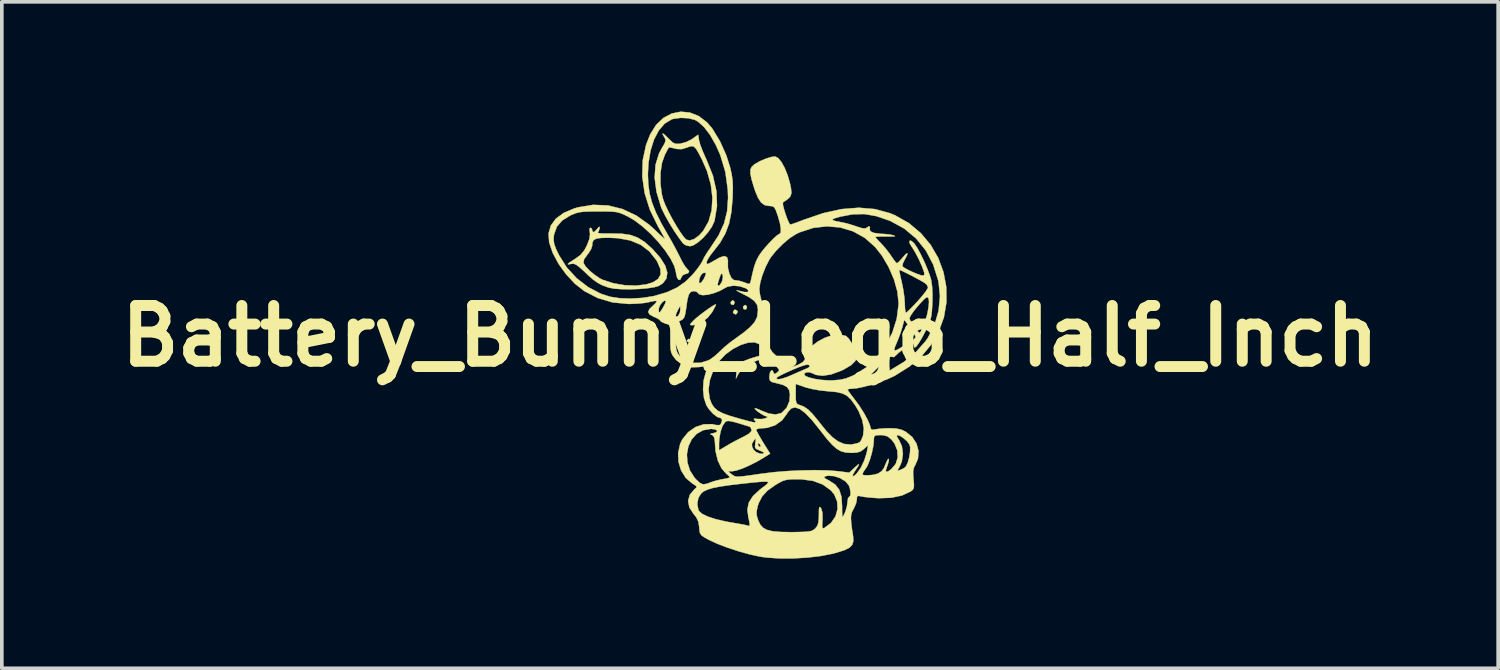
<source format=kicad_pcb>
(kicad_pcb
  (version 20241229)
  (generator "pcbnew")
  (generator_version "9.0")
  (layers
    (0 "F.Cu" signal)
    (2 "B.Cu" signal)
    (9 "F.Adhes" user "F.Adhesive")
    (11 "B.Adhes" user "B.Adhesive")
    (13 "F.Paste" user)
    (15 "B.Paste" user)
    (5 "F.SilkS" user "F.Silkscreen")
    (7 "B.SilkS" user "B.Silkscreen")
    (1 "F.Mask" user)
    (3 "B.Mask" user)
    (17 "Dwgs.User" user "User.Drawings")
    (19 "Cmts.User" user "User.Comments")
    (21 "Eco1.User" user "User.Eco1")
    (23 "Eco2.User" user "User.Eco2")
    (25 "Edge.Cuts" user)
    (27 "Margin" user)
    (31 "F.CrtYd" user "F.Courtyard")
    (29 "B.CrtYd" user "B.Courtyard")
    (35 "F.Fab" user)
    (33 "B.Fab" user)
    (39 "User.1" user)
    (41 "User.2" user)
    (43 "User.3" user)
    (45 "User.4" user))
  (footprint "Battery_Bunny_Logo_Half_Inch"
    (layer "F.Cu")
    (at 17.461 6.139)
    (property "Reference" "Battery_Bunny_Logo_Half_Inch" (at 0 0 0) (layer "F.SilkS") (effects (font (size 1.524 1.524) (thickness 0.3))))
    (attr through_hole)
    (fp_poly (pts (xy -1.397 0.229) (xy -1.431 0.288) (xy -1.464 0.296) (xy -1.513 0.272) (xy -1.514 0.246) (xy -1.472 0.19) (xy -1.421 0.183) (xy -1.397 0.229)) (stroke (width 0.01) (type solid)) (fill yes) (layer "F.SilkS"))
    (fp_poly (pts (xy -1.687 0.327) (xy -1.673 0.338) (xy -1.632 0.403) (xy -1.655 0.455) (xy -1.696 0.466) (xy -1.728 0.43) (xy -1.736 0.376) (xy -1.726 0.315) (xy -1.687 0.327)) (stroke (width 0.01) (type solid)) (fill yes) (layer "F.SilkS"))
    (fp_poly (pts (xy -1.623 0.111) (xy -1.617 0.124) (xy -1.637 0.162) (xy -1.672 0.169) (xy -1.725 0.148) (xy -1.728 0.124) (xy -1.684 0.08) (xy -1.672 0.078) (xy -1.623 0.111)) (stroke (width 0.01) (type solid)) (fill yes) (layer "F.SilkS"))
    (fp_poly (pts (xy -0.428 -0.939) (xy -0.423 -0.91) (xy -0.449 -0.852) (xy -0.508 -0.862) (xy -0.521 -0.874) (xy -0.53 -0.927) (xy -0.487 -0.969) (xy -0.463 -0.974) (xy -0.428 -0.939)) (stroke (width 0.01) (type solid)) (fill yes) (layer "F.SilkS"))
    (fp_poly (pts (xy -0.346 -0.686) (xy -0.339 -0.656) (xy -0.373 -0.6) (xy -0.402 -0.593) (xy -0.458 -0.627) (xy -0.466 -0.656) (xy -0.432 -0.712) (xy -0.402 -0.72) (xy -0.346 -0.686)) (stroke (width 0.01) (type solid)) (fill yes) (layer "F.SilkS"))
    (fp_poly (pts (xy -0.089 -0.812) (xy -0.085 -0.783) (xy -0.111 -0.725) (xy -0.169 -0.735) (xy -0.182 -0.747) (xy -0.191 -0.8) (xy -0.148 -0.842) (xy -0.125 -0.847) (xy -0.089 -0.812)) (stroke (width 0.01) (type solid)) (fill yes) (layer "F.SilkS"))
    (fp_poly (pts (xy -0.931 -0.862) (xy -0.951 -0.812) (xy -1.002 -0.715) (xy -1.039 -0.649) (xy -1.161 -0.498) (xy -1.32 -0.378) (xy -1.488 -0.307) (xy -1.573 -0.296) (xy -1.63 -0.3) (xy -1.636 -0.322) (xy -1.586 -0.38) (xy -1.553 -0.415) (xy -1.472 -0.49) (xy -1.361 -0.581) (xy -1.235 -0.676) (xy -1.112 -0.763) (xy -1.01 -0.83) (xy -0.945 -0.864) (xy -0.931 -0.862)) (stroke (width 0.01) (type solid)) (fill yes) (layer "F.SilkS"))
    (fp_poly (pts (xy -2.327 -5.498) (xy -2.227 -5.399) (xy -2.22 -5.392) (xy -2.125 -5.3) (xy -2.048 -5.259) (xy -1.955 -5.255) (xy -1.901 -5.261) (xy -1.75 -5.303) (xy -1.6 -5.376) (xy -1.572 -5.395) (xy -1.418 -5.505) (xy -1.393 -5.345) (xy -1.363 -5.235) (xy -1.304 -5.078) (xy -1.227 -4.9) (xy -1.192 -4.826) (xy -1.016 -4.389) (xy -0.919 -3.964) (xy -0.903 -3.554) (xy -0.968 -3.164) (xy -0.977 -3.133) (xy -1.044 -2.987) (xy -1.152 -2.832) (xy -1.284 -2.683) (xy -1.424 -2.56) (xy -1.554 -2.478) (xy -1.641 -2.455) (xy -1.753 -2.48) (xy -1.828 -2.529) (xy -1.944 -2.683) (xy -2.077 -2.879) (xy -2.209 -3.094) (xy -2.326 -3.301) (xy -2.412 -3.477) (xy -2.433 -3.527) (xy -2.558 -3.944) (xy -2.588 -4.173) (xy -2.45 -4.173) (xy -2.414 -3.885) (xy -2.377 -3.739) (xy -2.322 -3.594) (xy -2.236 -3.413) (xy -2.132 -3.214) (xy -2.019 -3.018) (xy -1.908 -2.842) (xy -1.812 -2.708) (xy -1.747 -2.637) (xy -1.651 -2.612) (xy -1.529 -2.651) (xy -1.395 -2.748) (xy -1.281 -2.874) (xy -1.132 -3.136) (xy -1.048 -3.443) (xy -1.028 -3.783) (xy -1.072 -4.145) (xy -1.179 -4.519) (xy -1.314 -4.826) (xy -1.407 -5.005) (xy -1.475 -5.119) (xy -1.533 -5.178) (xy -1.593 -5.193) (xy -1.668 -5.175) (xy -1.725 -5.153) (xy -1.87 -5.11) (xy -1.999 -5.115) (xy -2.053 -5.128) (xy -2.156 -5.152) (xy -2.216 -5.159) (xy -2.221 -5.157) (xy -2.246 -5.115) (xy -2.295 -5.022) (xy -2.331 -4.953) (xy -2.408 -4.734) (xy -2.448 -4.465) (xy -2.45 -4.173) (xy -2.588 -4.173) (xy -2.608 -4.33) (xy -2.584 -4.682) (xy -2.486 -4.998) (xy -2.411 -5.138) (xy -2.34 -5.258) (xy -2.311 -5.333) (xy -2.318 -5.39) (xy -2.349 -5.445) (xy -2.393 -5.523) (xy -2.384 -5.54) (xy -2.327 -5.498)) (stroke (width 0.01) (type solid)) (fill yes) (layer "F.SilkS"))
    (fp_poly (pts (xy -4.109 -2.972) (xy -4.109 -2.961) (xy -4.135 -2.874) (xy -4.156 -2.845) (xy -4.162 -2.822) (xy -4.112 -2.808) (xy -3.999 -2.802) (xy -3.811 -2.803) (xy -3.807 -2.803) (xy -3.509 -2.798) (xy -3.27 -2.763) (xy -3.068 -2.689) (xy -2.879 -2.569) (xy -2.683 -2.394) (xy -2.663 -2.375) (xy -2.453 -2.137) (xy -2.319 -1.923) (xy -2.263 -1.735) (xy -2.284 -1.575) (xy -2.382 -1.444) (xy -2.489 -1.374) (xy -2.612 -1.336) (xy -2.797 -1.307) (xy -3.021 -1.287) (xy -3.261 -1.278) (xy -3.496 -1.28) (xy -3.701 -1.294) (xy -3.856 -1.322) (xy -3.873 -1.327) (xy -4.031 -1.384) (xy -4.161 -1.451) (xy -4.29 -1.542) (xy -4.44 -1.674) (xy -4.517 -1.748) (xy -4.652 -1.873) (xy -4.747 -1.945) (xy -4.817 -1.976) (xy -4.879 -1.975) (xy -4.888 -1.973) (xy -4.968 -1.957) (xy -4.985 -1.967) (xy -4.941 -2.006) (xy -4.555 -2.006) (xy -4.552 -1.994) (xy -4.496 -1.902) (xy -4.388 -1.789) (xy -4.253 -1.675) (xy -4.112 -1.579) (xy -4.028 -1.536) (xy -3.737 -1.442) (xy -3.426 -1.389) (xy -3.119 -1.378) (xy -2.84 -1.411) (xy -2.661 -1.466) (xy -2.515 -1.559) (xy -2.445 -1.681) (xy -2.452 -1.836) (xy -2.533 -2.026) (xy -2.562 -2.075) (xy -2.754 -2.316) (xy -2.989 -2.495) (xy -3.275 -2.614) (xy -3.618 -2.676) (xy -3.864 -2.687) (xy -4.066 -2.683) (xy -4.198 -2.665) (xy -4.274 -2.626) (xy -4.309 -2.56) (xy -4.317 -2.467) (xy -4.345 -2.38) (xy -4.413 -2.269) (xy -4.448 -2.225) (xy -4.537 -2.1) (xy -4.555 -2.006) (xy -4.941 -2.006) (xy -4.937 -2.009) (xy -4.819 -2.087) (xy -4.782 -2.11) (xy -4.633 -2.219) (xy -4.531 -2.343) (xy -4.461 -2.476) (xy -4.393 -2.653) (xy -4.375 -2.787) (xy -4.382 -2.837) (xy -4.39 -2.933) (xy -4.364 -2.963) (xy -4.323 -2.929) (xy -4.318 -2.9) (xy -4.298 -2.842) (xy -4.247 -2.855) (xy -4.177 -2.932) (xy -4.128 -2.989) (xy -4.109 -2.972)) (stroke (width 0.01) (type solid)) (fill yes) (layer "F.SilkS"))
    (fp_poly (pts (xy -1.645 -6.111) (xy -1.403 -6.015) (xy -1.178 -5.844) (xy -1.039 -5.683) (xy -0.824 -5.332) (xy -0.646 -4.934) (xy -0.541 -4.598) (xy -0.501 -4.419) (xy -0.478 -4.255) (xy -0.469 -4.076) (xy -0.474 -3.852) (xy -0.477 -3.769) (xy -0.51 -3.392) (xy -0.573 -3.077) (xy -0.675 -2.802) (xy -0.822 -2.547) (xy -0.993 -2.326) (xy -1.09 -2.202) (xy -1.159 -2.093) (xy -1.185 -2.023) (xy -1.185 -2.023) (xy -1.18 -1.974) (xy -1.15 -1.97) (xy -1.073 -2.009) (xy -1.053 -2.02) (xy -0.932 -2.088) (xy -0.826 -2.148) (xy -0.824 -2.149) (xy -0.706 -2.187) (xy -0.628 -2.154) (xy -0.602 -2.057) (xy -0.606 -2.006) (xy -0.604 -1.86) (xy -0.564 -1.7) (xy -0.562 -1.695) (xy -0.506 -1.581) (xy -0.443 -1.531) (xy -0.394 -1.524) (xy -0.287 -1.508) (xy -0.159 -1.468) (xy -0.147 -1.463) (xy -0.051 -1.426) (xy -0.005 -1.431) (xy 0.017 -1.487) (xy 0.023 -1.516) (xy 0.074 -1.743) (xy 0.118 -1.91) (xy 0.164 -2.039) (xy 0.219 -2.151) (xy 0.243 -2.194) (xy 0.317 -2.302) (xy 0.421 -2.429) (xy 0.538 -2.559) (xy 0.652 -2.674) (xy 0.747 -2.758) (xy 0.808 -2.794) (xy 0.811 -2.794) (xy 0.841 -2.831) (xy 0.843 -2.931) (xy 0.819 -3.08) (xy 0.769 -3.26) (xy 0.758 -3.294) (xy 0.708 -3.435) (xy 0.667 -3.513) (xy 0.619 -3.548) (xy 0.549 -3.556) (xy 0.527 -3.556) (xy 0.407 -3.576) (xy 0.308 -3.645) (xy 0.222 -3.772) (xy 0.14 -3.968) (xy 0.105 -4.075) (xy 0.041 -4.289) (xy 0.01 -4.441) (xy 0.01 -4.546) (xy 0.043 -4.623) (xy 0.109 -4.686) (xy 0.124 -4.697) (xy 0.256 -4.774) (xy 0.417 -4.844) (xy 0.573 -4.894) (xy 0.68 -4.911) (xy 0.764 -4.871) (xy 0.855 -4.764) (xy 0.945 -4.603) (xy 1.026 -4.404) (xy 1.091 -4.182) (xy 1.121 -4.035) (xy 1.132 -3.908) (xy 1.107 -3.825) (xy 1.067 -3.776) (xy 0.984 -3.707) (xy 0.926 -3.674) (xy 0.9 -3.649) (xy 0.9 -3.589) (xy 0.927 -3.478) (xy 0.966 -3.351) (xy 1.017 -3.206) (xy 1.064 -3.099) (xy 1.098 -3.049) (xy 1.102 -3.048) (xy 1.157 -3.063) (xy 1.269 -3.102) (xy 1.417 -3.158) (xy 1.458 -3.174) (xy 1.511 -3.192) (xy 2.257 -3.192) (xy 2.267 -3.165) (xy 2.358 -3.138) (xy 2.519 -3.108) (xy 2.659 -3.076) (xy 2.828 -3.025) (xy 2.914 -2.995) (xy 3.062 -2.949) (xy 3.151 -2.941) (xy 3.187 -2.959) (xy 3.253 -3.003) (xy 3.28 -2.977) (xy 3.273 -2.927) (xy 3.291 -2.864) (xy 3.385 -2.821) (xy 3.556 -2.796) (xy 3.678 -2.79) (xy 3.815 -2.777) (xy 3.934 -2.751) (xy 3.937 -2.75) (xy 3.966 -2.731) (xy 3.918 -2.722) (xy 3.79 -2.721) (xy 3.736 -2.722) (xy 3.587 -2.723) (xy 3.478 -2.718) (xy 3.43 -2.709) (xy 3.429 -2.707) (xy 3.457 -2.667) (xy 3.528 -2.589) (xy 3.58 -2.538) (xy 3.694 -2.412) (xy 3.812 -2.26) (xy 3.859 -2.191) (xy 3.934 -2.081) (xy 3.994 -2.008) (xy 4.018 -1.99) (xy 4.061 -2.02) (xy 4.132 -2.096) (xy 4.168 -2.139) (xy 4.256 -2.237) (xy 4.302 -2.265) (xy 4.301 -2.224) (xy 4.247 -2.118) (xy 4.235 -2.098) (xy 4.184 -1.995) (xy 4.167 -1.918) (xy 4.171 -1.904) (xy 4.224 -1.862) (xy 4.331 -1.804) (xy 4.463 -1.742) (xy 4.594 -1.689) (xy 4.696 -1.656) (xy 4.728 -1.651) (xy 4.769 -1.676) (xy 4.761 -1.746) (xy 4.703 -1.906) (xy 4.619 -2.094) (xy 4.525 -2.276) (xy 4.438 -2.419) (xy 4.422 -2.44) (xy 4.364 -2.54) (xy 4.36 -2.601) (xy 4.4 -2.608) (xy 4.475 -2.549) (xy 4.489 -2.533) (xy 4.568 -2.418) (xy 4.662 -2.247) (xy 4.76 -2.045) (xy 4.849 -1.837) (xy 4.92 -1.647) (xy 4.954 -1.53) (xy 4.98 -1.348) (xy 4.99 -1.112) (xy 4.986 -0.884) (xy 4.973 -0.677) (xy 4.953 -0.525) (xy 4.918 -0.396) (xy 4.861 -0.26) (xy 4.812 -0.159) (xy 4.704 0.045) (xy 4.613 0.197) (xy 4.544 0.29) (xy 4.501 0.318) (xy 4.488 0.286) (xy 4.476 0.223) (xy 4.463 0.212) (xy 4.398 0.235) (xy 4.293 0.295) (xy 4.176 0.373) (xy 4.071 0.452) (xy 4.005 0.515) (xy 4.002 0.519) (xy 3.935 0.578) (xy 3.886 0.568) (xy 3.838 0.57) (xy 3.753 0.625) (xy 3.625 0.738) (xy 3.502 0.857) (xy 3.371 0.989) (xy 3.268 1.095) (xy 3.204 1.165) (xy 3.189 1.185) (xy 3.234 1.173) (xy 3.334 1.14) (xy 3.433 1.107) (xy 3.837 0.934) (xy 4.21 0.708) (xy 4.535 0.441) (xy 4.798 0.145) (xy 4.865 0.048) (xy 5.046 -0.309) (xy 5.158 -0.695) (xy 5.195 -1.091) (xy 5.156 -1.482) (xy 5.148 -1.515) (xy 5.009 -1.955) (xy 4.806 -2.341) (xy 4.54 -2.67) (xy 4.215 -2.94) (xy 3.834 -3.148) (xy 3.452 -3.279) (xy 3.13 -3.335) (xy 2.811 -3.329) (xy 2.477 -3.266) (xy 2.328 -3.224) (xy 2.257 -3.192) (xy 1.511 -3.192) (xy 2.001 -3.36) (xy 2.506 -3.471) (xy 2.977 -3.508) (xy 3.416 -3.471) (xy 3.827 -3.359) (xy 3.971 -3.299) (xy 4.348 -3.085) (xy 4.672 -2.812) (xy 4.94 -2.492) (xy 5.148 -2.133) (xy 5.291 -1.745) (xy 5.367 -1.34) (xy 5.372 -0.925) (xy 5.302 -0.512) (xy 5.164 -0.133) (xy 4.956 0.232) (xy 4.694 0.55) (xy 4.368 0.829) (xy 3.969 1.08) (xy 3.936 1.098) (xy 3.767 1.176) (xy 3.557 1.255) (xy 3.33 1.329) (xy 3.11 1.389) (xy 2.924 1.428) (xy 2.81 1.439) (xy 2.714 1.446) (xy 2.668 1.462) (xy 2.667 1.465) (xy 2.692 1.508) (xy 2.757 1.599) (xy 2.85 1.721) (xy 2.878 1.756) (xy 2.997 1.92) (xy 3.11 2.098) (xy 3.206 2.272) (xy 3.273 2.421) (xy 3.301 2.525) (xy 3.302 2.53) (xy 3.331 2.564) (xy 3.418 2.554) (xy 3.523 2.538) (xy 3.675 2.526) (xy 3.81 2.522) (xy 3.997 2.53) (xy 4.14 2.562) (xy 4.26 2.619) (xy 4.436 2.762) (xy 4.554 2.944) (xy 4.608 3.147) (xy 4.593 3.354) (xy 4.529 3.506) (xy 4.481 3.601) (xy 4.461 3.701) (xy 4.464 3.839) (xy 4.471 3.914) (xy 4.483 4.062) (xy 4.479 4.15) (xy 4.453 4.203) (xy 4.4 4.246) (xy 4.394 4.25) (xy 4.157 4.361) (xy 3.861 4.423) (xy 3.522 4.435) (xy 3.472 4.432) (xy 3.294 4.419) (xy 3.139 4.402) (xy 3.034 4.385) (xy 3.016 4.38) (xy 2.948 4.37) (xy 2.923 4.414) (xy 2.921 4.467) (xy 2.899 4.58) (xy 2.843 4.708) (xy 2.831 4.729) (xy 2.791 4.804) (xy 2.767 4.881) (xy 2.759 4.978) (xy 2.768 5.113) (xy 2.791 5.302) (xy 2.819 5.483) (xy 2.826 5.61) (xy 2.796 5.709) (xy 2.719 5.788) (xy 2.583 5.856) (xy 2.379 5.921) (xy 2.265 5.952) (xy 1.944 6.015) (xy 1.574 6.059) (xy 1.182 6.082) (xy 0.798 6.082) (xy 0.449 6.058) (xy 0.283 6.035) (xy -0.007 5.972) (xy -0.322 5.884) (xy -0.635 5.781) (xy -0.917 5.672) (xy -1.122 5.576) (xy -1.256 5.502) (xy -1.333 5.445) (xy -1.37 5.383) (xy -1.385 5.293) (xy -1.389 5.23) (xy -1.412 5.076) (xy -1.472 4.953) (xy -1.548 4.86) (xy -1.66 4.686) (xy -1.678 4.589) (xy -1.443 4.589) (xy -1.413 4.75) (xy -1.399 4.781) (xy -1.315 4.86) (xy -1.156 4.938) (xy -0.93 5.011) (xy -0.647 5.076) (xy -0.508 5.1) (xy -0.324 5.132) (xy -0.174 5.159) (xy -0.075 5.181) (xy -0.046 5.19) (xy -0.014 5.196) (xy -0.011 5.128) (xy -0.036 4.994) (xy -0.045 4.959) (xy -0.064 4.807) (xy 0.178 4.807) (xy 0.186 4.921) (xy 0.228 5.052) (xy 0.283 5.163) (xy 0.359 5.245) (xy 0.467 5.303) (xy 0.62 5.34) (xy 0.83 5.358) (xy 1.107 5.363) (xy 1.237 5.362) (xy 1.443 5.357) (xy 1.582 5.348) (xy 1.673 5.332) (xy 1.734 5.304) (xy 1.785 5.261) (xy 1.787 5.26) (xy 1.842 5.189) (xy 1.871 5.098) (xy 1.882 4.961) (xy 1.883 4.895) (xy 1.885 4.753) (xy 1.894 4.683) (xy 1.912 4.674) (xy 1.942 4.708) (xy 1.979 4.823) (xy 1.983 5.011) (xy 1.981 5.038) (xy 1.974 5.175) (xy 1.979 5.244) (xy 2.002 5.261) (xy 2.036 5.247) (xy 2.217 5.109) (xy 2.338 4.932) (xy 2.394 4.732) (xy 2.384 4.528) (xy 2.305 4.335) (xy 2.211 4.221) (xy 1.99 4.061) (xy 1.722 3.961) (xy 1.4 3.918) (xy 1.312 3.917) (xy 1.131 3.919) (xy 1.004 3.931) (xy 0.901 3.961) (xy 0.791 4.016) (xy 0.698 4.071) (xy 0.481 4.225) (xy 0.332 4.386) (xy 0.235 4.573) (xy 0.205 4.671) (xy 0.178 4.807) (xy -0.064 4.807) (xy -0.072 4.744) (xy -0.032 4.553) (xy 0.082 4.375) (xy 0.273 4.198) (xy 0.307 4.172) (xy 0.408 4.096) (xy 0.474 4.041) (xy 0.498 4.004) (xy 0.472 3.985) (xy 0.389 3.981) (xy 0.242 3.991) (xy 0.024 4.012) (xy -0.233 4.04) (xy -0.564 4.079) (xy -0.822 4.117) (xy -1.017 4.156) (xy -1.161 4.199) (xy -1.266 4.249) (xy -1.33 4.298) (xy -1.413 4.427) (xy -1.443 4.589) (xy -1.678 4.589) (xy -1.693 4.508) (xy -1.645 4.34) (xy -1.519 4.191) (xy -1.514 4.187) (xy -1.465 4.142) (xy -1.468 4.107) (xy -1.531 4.061) (xy -1.579 4.032) (xy -1.757 3.881) (xy -1.884 3.678) (xy -1.955 3.443) (xy -1.964 3.231) (xy -1.726 3.231) (xy -1.713 3.455) (xy -1.644 3.676) (xy -1.513 3.88) (xy -1.471 3.926) (xy -1.368 4.021) (xy -1.282 4.057) (xy -1.178 4.041) (xy -1.08 4.003) (xy -0.942 3.958) (xy -0.781 3.92) (xy -0.742 3.914) (xy -0.629 3.893) (xy -0.56 3.872) (xy -0.55 3.864) (xy -0.552 3.862) (xy 2.024 3.862) (xy 2.061 3.899) (xy 2.164 3.954) (xy 2.33 4.062) (xy 2.44 4.204) (xy 2.5 4.394) (xy 2.517 4.646) (xy 2.518 4.795) (xy 2.522 4.904) (xy 2.529 4.952) (xy 2.53 4.953) (xy 2.554 4.918) (xy 2.595 4.832) (xy 2.606 4.806) (xy 2.648 4.669) (xy 2.667 4.537) (xy 2.667 4.531) (xy 2.679 4.441) (xy 2.708 4.403) (xy 2.709 4.403) (xy 2.743 4.367) (xy 2.749 4.279) (xy 2.731 4.166) (xy 2.703 4.088) (xy 2.612 3.976) (xy 2.466 3.887) (xy 2.296 3.831) (xy 2.131 3.82) (xy 2.052 3.838) (xy 2.024 3.862) (xy -0.552 3.862) (xy -0.58 3.826) (xy -0.651 3.764) (xy -0.652 3.763) (xy -0.71 3.697) (xy -0.606 3.697) (xy -0.51 3.775) (xy -0.466 3.809) (xy -0.423 3.832) (xy -0.369 3.844) (xy -0.288 3.844) (xy -0.168 3.833) (xy 0.006 3.81) (xy 0.246 3.775) (xy 0.318 3.765) (xy 0.656 3.723) (xy 1.027 3.693) (xy 1.408 3.675) (xy 1.776 3.668) (xy 2.11 3.675) (xy 2.386 3.695) (xy 2.426 3.7) (xy 2.714 3.737) (xy 2.866 3.594) (xy 2.95 3.52) (xy 2.981 3.506) (xy 2.96 3.556) (xy 2.886 3.669) (xy 2.867 3.696) (xy 2.812 3.793) (xy 2.812 3.836) (xy 2.859 3.817) (xy 2.901 3.778) (xy 3.074 3.778) (xy 3.103 3.804) (xy 3.191 3.809) (xy 3.225 3.809) (xy 3.366 3.797) (xy 3.487 3.766) (xy 3.51 3.756) (xy 3.597 3.698) (xy 3.66 3.614) (xy 3.719 3.476) (xy 3.727 3.455) (xy 3.764 3.378) (xy 3.794 3.357) (xy 3.795 3.358) (xy 3.796 3.409) (xy 3.77 3.508) (xy 3.752 3.554) (xy 3.714 3.671) (xy 3.723 3.718) (xy 3.784 3.698) (xy 3.865 3.64) (xy 3.985 3.496) (xy 4.04 3.318) (xy 4.028 3.126) (xy 3.951 2.938) (xy 3.867 2.83) (xy 3.764 2.746) (xy 3.703 2.729) (xy 4.01 2.729) (xy 4.04 2.793) (xy 4.069 2.834) (xy 4.153 3.012) (xy 4.181 3.222) (xy 4.151 3.43) (xy 4.113 3.526) (xy 4.029 3.686) (xy 4.121 3.659) (xy 4.219 3.609) (xy 4.263 3.567) (xy 4.313 3.467) (xy 4.353 3.323) (xy 4.377 3.169) (xy 4.379 3.036) (xy 4.363 2.969) (xy 4.292 2.876) (xy 4.191 2.787) (xy 4.09 2.724) (xy 4.036 2.709) (xy 4.01 2.729) (xy 3.703 2.729) (xy 3.647 2.713) (xy 3.569 2.709) (xy 3.455 2.713) (xy 3.403 2.736) (xy 3.387 2.797) (xy 3.387 2.849) (xy 3.372 3.004) (xy 3.333 3.191) (xy 3.279 3.377) (xy 3.219 3.532) (xy 3.182 3.598) (xy 3.101 3.714) (xy 3.074 3.778) (xy 2.901 3.778) (xy 2.917 3.762) (xy 3.028 3.606) (xy 3.125 3.404) (xy 3.191 3.194) (xy 3.199 3.154) (xy 3.229 2.985) (xy 3.114 3.09) (xy 3.029 3.154) (xy 2.931 3.185) (xy 2.789 3.195) (xy 2.754 3.195) (xy 2.613 3.185) (xy 2.49 3.152) (xy 2.373 3.086) (xy 2.25 2.978) (xy 2.107 2.819) (xy 1.934 2.599) (xy 1.905 2.561) (xy 1.693 2.297) (xy 1.512 2.109) (xy 1.36 1.995) (xy 1.233 1.952) (xy 1.127 1.98) (xy 1.038 2.076) (xy 1.016 2.117) (xy 0.876 2.305) (xy 0.686 2.441) (xy 0.466 2.512) (xy 0.374 2.519) (xy 0.255 2.527) (xy 0.182 2.548) (xy 0.169 2.562) (xy 0.19 2.616) (xy 0.247 2.721) (xy 0.327 2.859) (xy 0.359 2.911) (xy 0.55 3.217) (xy 0.37 3.33) (xy 0.177 3.442) (xy -0.027 3.544) (xy -0.219 3.627) (xy -0.38 3.68) (xy -0.479 3.697) (xy -0.606 3.697) (xy -0.71 3.697) (xy -0.781 3.615) (xy -0.88 3.407) (xy -0.94 3.161) (xy -0.953 3.014) (xy -0.958 2.933) (xy -0.847 2.933) (xy -0.847 3.126) (xy -0.622 2.992) (xy -0.55 2.951) (xy 0.051 2.951) (xy 0.059 3.039) (xy 0.108 3.123) (xy 0.171 3.176) (xy 0.258 3.212) (xy 0.337 3.224) (xy 0.38 3.202) (xy 0.381 3.194) (xy 0.346 3.166) (xy 0.259 3.128) (xy 0.25 3.125) (xy 0.165 3.087) (xy 0.135 3.035) (xy 0.143 2.948) (xy 0.212 2.948) (xy 0.236 3.015) (xy 0.24 3.02) (xy 0.285 3.03) (xy 0.29 3.026) (xy 0.284 2.983) (xy 0.262 2.954) (xy 0.219 2.93) (xy 0.212 2.948) (xy 0.143 2.948) (xy 0.144 2.934) (xy 0.145 2.926) (xy 0.159 2.83) (xy 0.151 2.806) (xy 0.116 2.844) (xy 0.107 2.855) (xy 0.051 2.951) (xy -0.55 2.951) (xy -0.453 2.896) (xy -0.269 2.799) (xy -0.178 2.755) (xy -0.031 2.673) (xy 0.037 2.6) (xy 0.042 2.574) (xy 0.018 2.5) (xy -0.011 2.478) (xy -0.243 2.407) (xy -0.409 2.358) (xy -0.522 2.331) (xy -0.595 2.322) (xy -0.641 2.329) (xy -0.675 2.35) (xy -0.681 2.355) (xy -0.752 2.459) (xy -0.807 2.62) (xy -0.841 2.813) (xy -0.847 2.933) (xy -0.958 2.933) (xy -0.963 2.857) (xy -0.983 2.766) (xy -1.017 2.719) (xy -1.042 2.706) (xy -1.09 2.684) (xy -1.063 2.669) (xy -1.019 2.662) (xy -0.92 2.631) (xy -0.896 2.592) (xy -0.943 2.557) (xy -1.055 2.54) (xy -1.07 2.54) (xy -1.284 2.577) (xy -1.461 2.677) (xy -1.596 2.829) (xy -1.686 3.018) (xy -1.726 3.231) (xy -1.964 3.231) (xy -1.965 3.195) (xy -1.911 2.952) (xy -1.851 2.827) (xy -1.693 2.631) (xy -1.493 2.491) (xy -1.269 2.415) (xy -1.037 2.41) (xy -0.933 2.434) (xy -0.835 2.437) (xy -0.8 2.407) (xy -0.765 2.319) (xy -0.778 2.257) (xy -0.808 2.244) (xy -0.901 2.21) (xy -1.012 2.124) (xy -1.121 2.004) (xy -1.194 1.891) (xy -1.259 1.696) (xy -1.284 1.463) (xy -1.135 1.463) (xy -1.106 1.7) (xy -1.101 1.719) (xy -1.049 1.852) (xy -0.98 1.956) (xy -0.883 2.041) (xy -0.742 2.115) (xy -0.546 2.185) (xy -0.281 2.262) (xy -0.254 2.27) (xy -0.059 2.322) (xy 0.067 2.353) (xy 0.135 2.363) (xy 0.157 2.355) (xy 0.144 2.329) (xy 0.127 2.307) (xy 0.101 2.265) (xy 0.136 2.258) (xy 0.196 2.268) (xy 0.325 2.271) (xy 0.423 2.249) (xy 0.48 2.219) (xy 0.469 2.204) (xy 0.468 2.204) (xy 0.398 2.181) (xy 0.301 2.127) (xy 0.205 2.061) (xy 0.14 2.003) (xy 0.127 1.98) (xy 0.16 1.978) (xy 0.243 2.009) (xy 0.286 2.03) (xy 0.508 2.119) (xy 0.7 2.146) (xy 0.85 2.11) (xy 0.867 2.1) (xy 1 1.965) (xy 1.078 1.781) (xy 1.092 1.597) (xy 1.09 1.586) (xy 1.249 1.586) (xy 1.251 1.734) (xy 1.264 1.82) (xy 1.294 1.862) (xy 1.347 1.883) (xy 1.348 1.884) (xy 1.467 1.928) (xy 1.583 2.006) (xy 1.71 2.131) (xy 1.861 2.314) (xy 1.909 2.376) (xy 2.095 2.606) (xy 2.257 2.77) (xy 2.406 2.88) (xy 2.555 2.945) (xy 2.582 2.953) (xy 2.762 2.969) (xy 2.937 2.933) (xy 3.003 2.901) (xy 3.042 2.847) (xy 3.084 2.744) (xy 3.094 2.714) (xy 3.112 2.523) (xy 3.069 2.298) (xy 2.971 2.056) (xy 2.876 1.894) (xy 2.763 1.738) (xy 2.653 1.634) (xy 2.524 1.569) (xy 2.354 1.531) (xy 2.138 1.511) (xy 1.922 1.489) (xy 1.706 1.451) (xy 1.528 1.407) (xy 1.507 1.399) (xy 1.377 1.354) (xy 1.285 1.323) (xy 1.253 1.312) (xy 1.251 1.351) (xy 1.249 1.452) (xy 1.249 1.586) (xy 1.09 1.586) (xy 1.07 1.479) (xy 1.014 1.398) (xy 0.908 1.339) (xy 0.736 1.292) (xy 0.699 1.284) (xy 0.59 1.255) (xy 0.542 1.213) (xy 0.532 1.15) (xy 0.72 1.15) (xy 0.755 1.183) (xy 0.856 1.172) (xy 1.019 1.118) (xy 1.171 1.054) (xy 1.328 0.984) (xy 1.467 0.923) (xy 1.559 0.885) (xy 1.563 0.883) (xy 1.63 0.844) (xy 1.622 0.801) (xy 1.617 0.795) (xy 1.572 0.782) (xy 1.484 0.799) (xy 1.342 0.849) (xy 1.144 0.931) (xy 0.973 1.008) (xy 0.834 1.076) (xy 0.745 1.127) (xy 0.72 1.15) (xy 0.532 1.15) (xy 0.529 1.131) (xy 0.529 1.104) (xy 0.544 1.006) (xy 0.578 0.946) (xy 0.616 0.941) (xy 0.642 0.995) (xy 0.66 1.039) (xy 0.701 1.026) (xy 0.741 0.997) (xy 0.787 0.956) (xy 0.792 0.918) (xy 0.748 0.861) (xy 0.667 0.784) (xy 0.557 0.697) (xy 0.454 0.644) (xy 0.413 0.635) (xy 0.205 0.666) (xy -0.002 0.751) (xy -0.183 0.873) (xy -0.309 1.018) (xy -0.319 1.037) (xy -0.386 1.164) (xy -0.371 1.005) (xy -0.363 0.896) (xy -0.376 0.855) (xy -0.425 0.868) (xy -0.474 0.893) (xy -0.534 0.919) (xy -0.533 0.895) (xy -0.531 0.892) (xy -0.466 0.836) (xy -0.342 0.765) (xy -0.181 0.69) (xy -0.006 0.621) (xy 0.154 0.572) (xy 0.286 0.535) (xy 0.38 0.505) (xy 0.412 0.491) (xy 0.409 0.443) (xy 0.368 0.36) (xy 0.308 0.274) (xy 0.258 0.224) (xy 0.126 0.173) (xy -0.049 0.181) (xy -0.251 0.243) (xy -0.468 0.355) (xy -0.674 0.505) (xy -0.861 0.705) (xy -1.005 0.944) (xy -1.098 1.204) (xy -1.135 1.463) (xy -1.284 1.463) (xy -1.284 1.462) (xy -1.27 1.222) (xy -1.215 1.013) (xy -1.21 1.001) (xy -1.168 0.898) (xy -1.15 0.834) (xy -1.151 0.825) (xy -1.197 0.824) (xy -1.299 0.836) (xy -1.387 0.848) (xy -1.635 0.857) (xy -1.842 0.795) (xy -2.016 0.658) (xy -2.051 0.617) (xy -2.113 0.535) (xy -2.151 0.461) (xy -2.171 0.369) (xy -2.179 0.238) (xy -2.18 0.081) (xy -2.18 -0.282) (xy -2.06 -0.282) (xy -2.057 -0.27) (xy -2.045 -0.197) (xy -2.036 -0.067) (xy -2.032 0.094) (xy -2.032 0.106) (xy -2.028 0.276) (xy -2.012 0.389) (xy -1.978 0.472) (xy -1.923 0.547) (xy -1.766 0.671) (xy -1.57 0.734) (xy -1.354 0.733) (xy -1.141 0.667) (xy -1.079 0.633) (xy -0.972 0.554) (xy -0.85 0.446) (xy -0.804 0.401) (xy -0.689 0.293) (xy -0.538 0.17) (xy -0.406 0.074) (xy -0.163 -0.102) (xy 0.012 -0.251) (xy 0.126 -0.383) (xy 0.188 -0.504) (xy 0.198 -0.544) (xy 0.218 -0.717) (xy 0.194 -0.851) (xy 0.115 -0.962) (xy -0.028 -1.064) (xy -0.191 -1.149) (xy -0.304 -1.206) (xy -0.366 -1.242) (xy -0.364 -1.252) (xy -0.36 -1.251) (xy -0.253 -1.226) (xy -0.159 -1.204) (xy -0.068 -1.201) (xy -0.042 -1.236) (xy -0.081 -1.28) (xy 0.254 -1.28) (xy 0.269 -1.15) (xy 0.306 -0.993) (xy 0.327 -0.928) (xy 0.369 -0.789) (xy 0.376 -0.682) (xy 0.351 -0.561) (xy 0.345 -0.542) (xy 0.303 -0.352) (xy 0.304 -0.184) (xy 0.353 -0.007) (xy 0.426 0.157) (xy 0.611 0.442) (xy 0.859 0.675) (xy 1.028 0.781) (xy 1.12 0.825) (xy 1.191 0.833) (xy 1.279 0.803) (xy 1.335 0.777) (xy 1.449 0.71) (xy 1.503 0.635) (xy 1.517 0.571) (xy 1.572 0.419) (xy 1.694 0.273) (xy 1.861 0.145) (xy 2.057 0.043) (xy 2.26 -0.022) (xy 2.453 -0.041) (xy 2.616 -0.004) (xy 2.628 0.002) (xy 2.699 0.07) (xy 2.779 0.191) (xy 2.853 0.335) (xy 2.905 0.473) (xy 2.921 0.563) (xy 2.882 0.681) (xy 2.764 0.798) (xy 2.565 0.915) (xy 2.498 0.947) (xy 2.223 1.049) (xy 1.99 1.087) (xy 1.804 1.063) (xy 1.744 1.035) (xy 1.634 0.992) (xy 1.539 0.991) (xy 1.486 1.03) (xy 1.482 1.052) (xy 1.521 1.096) (xy 1.625 1.138) (xy 1.777 1.174) (xy 1.955 1.201) (xy 2.142 1.213) (xy 2.252 1.213) (xy 2.457 1.197) (xy 2.623 1.16) (xy 2.795 1.092) (xy 2.862 1.059) (xy 3.183 0.856) (xy 3.467 0.587) (xy 3.626 0.374) (xy 3.944 0.374) (xy 3.966 0.398) (xy 4.034 0.371) (xy 4.085 0.342) (xy 4.228 0.257) (xy 4.373 0.171) (xy 4.381 0.166) (xy 4.475 0.099) (xy 4.525 0.041) (xy 4.529 0.028) (xy 4.505 -0.03) (xy 4.443 -0.131) (xy 4.373 -0.233) (xy 4.218 -0.444) (xy 4.169 -0.254) (xy 4.12 -0.096) (xy 4.055 0.079) (xy 4.029 0.143) (xy 3.966 0.292) (xy 3.944 0.374) (xy 3.626 0.374) (xy 3.706 0.267) (xy 3.891 -0.09) (xy 4.012 -0.47) (xy 4.014 -0.486) (xy 4.36 -0.486) (xy 4.383 -0.423) (xy 4.44 -0.326) (xy 4.513 -0.22) (xy 4.583 -0.132) (xy 4.634 -0.086) (xy 4.641 -0.085) (xy 4.669 -0.12) (xy 4.715 -0.209) (xy 4.74 -0.265) (xy 4.801 -0.43) (xy 4.85 -0.613) (xy 4.883 -0.79) (xy 4.895 -0.937) (xy 4.883 -1.03) (xy 4.88 -1.035) (xy 4.853 -1.061) (xy 4.811 -1.047) (xy 4.742 -0.986) (xy 4.634 -0.87) (xy 4.601 -0.832) (xy 4.491 -0.699) (xy 4.408 -0.583) (xy 4.364 -0.503) (xy 4.36 -0.486) (xy 4.014 -0.486) (xy 4.062 -0.858) (xy 4.063 -0.91) (xy 4.029 -1.218) (xy 3.936 -1.551) (xy 3.824 -1.81) (xy 4.082 -1.81) (xy 4.086 -1.767) (xy 4.106 -1.661) (xy 4.139 -1.514) (xy 4.152 -1.46) (xy 4.192 -1.261) (xy 4.221 -1.057) (xy 4.233 -0.888) (xy 4.233 -0.878) (xy 4.238 -0.748) (xy 4.251 -0.66) (xy 4.265 -0.636) (xy 4.305 -0.665) (xy 4.388 -0.745) (xy 4.5 -0.861) (xy 4.583 -0.95) (xy 4.704 -1.089) (xy 4.8 -1.211) (xy 4.857 -1.299) (xy 4.868 -1.329) (xy 4.836 -1.399) (xy 4.773 -1.455) (xy 4.677 -1.511) (xy 4.547 -1.582) (xy 4.404 -1.658) (xy 4.267 -1.727) (xy 4.156 -1.781) (xy 4.091 -1.809) (xy 4.082 -1.81) (xy 3.824 -1.81) (xy 3.791 -1.886) (xy 3.606 -2.2) (xy 3.417 -2.439) (xy 3.137 -2.686) (xy 2.817 -2.863) (xy 2.469 -2.968) (xy 2.103 -3) (xy 1.73 -2.957) (xy 1.361 -2.837) (xy 1.253 -2.785) (xy 1.084 -2.676) (xy 0.897 -2.518) (xy 0.718 -2.337) (xy 0.572 -2.158) (xy 0.527 -2.088) (xy 0.425 -1.887) (xy 0.339 -1.668) (xy 0.279 -1.459) (xy 0.254 -1.29) (xy 0.254 -1.28) (xy -0.081 -1.28) (xy -0.091 -1.291) (xy -0.116 -1.305) (xy -0.281 -1.361) (xy -0.457 -1.376) (xy -0.612 -1.35) (xy -0.669 -1.322) (xy -0.827 -1.235) (xy -0.996 -1.169) (xy -1.159 -1.128) (xy -1.296 -1.117) (xy -1.389 -1.14) (xy -1.414 -1.17) (xy -1.469 -1.214) (xy -1.541 -1.228) (xy -1.621 -1.206) (xy -1.675 -1.133) (xy -1.712 -0.994) (xy -1.722 -0.931) (xy -1.75 -0.732) (xy -1.772 -0.6) (xy -1.796 -0.518) (xy -1.827 -0.469) (xy -1.874 -0.436) (xy -1.934 -0.407) (xy -2.036 -0.343) (xy -2.06 -0.282) (xy -2.18 -0.282) (xy -2.18 -0.297) (xy -2.318 -0.342) (xy -2.41 -0.382) (xy -2.455 -0.418) (xy -2.455 -0.422) (xy -2.491 -0.457) (xy -2.58 -0.505) (xy -2.625 -0.524) (xy -2.661 -0.543) (xy -2.031 -0.543) (xy -2.004 -0.528) (xy -1.968 -0.55) (xy -1.92 -0.631) (xy -1.907 -0.714) (xy -1.908 -0.826) (xy -1.968 -0.72) (xy -2.019 -0.612) (xy -2.031 -0.543) (xy -2.661 -0.543) (xy -2.746 -0.588) (xy -2.786 -0.658) (xy -2.75 -0.734) (xy -2.498 -0.734) (xy -2.492 -0.657) (xy -2.471 -0.646) (xy -2.424 -0.705) (xy -2.373 -0.789) (xy -2.322 -0.888) (xy -2.302 -0.954) (xy -2.305 -0.965) (xy -2.352 -0.962) (xy -2.413 -0.909) (xy -2.468 -0.828) (xy -2.497 -0.746) (xy -2.498 -0.734) (xy -2.75 -0.734) (xy -2.746 -0.742) (xy -2.662 -0.823) (xy -2.584 -0.897) (xy -2.55 -0.948) (xy -2.552 -0.957) (xy -2.602 -0.96) (xy -2.704 -0.942) (xy -2.758 -0.928) (xy -2.887 -0.904) (xy -3.067 -0.887) (xy -3.266 -0.878) (xy -3.323 -0.877) (xy -3.758 -0.919) (xy -4.169 -1.041) (xy -4.531 -1.229) (xy -4.788 -1.43) (xy -5.028 -1.686) (xy -5.236 -1.974) (xy -5.396 -2.274) (xy -5.493 -2.562) (xy -5.497 -2.615) (xy -5.371 -2.615) (xy -5.354 -2.511) (xy -5.308 -2.386) (xy -5.226 -2.214) (xy -5.223 -2.209) (xy -5.012 -1.875) (xy -4.741 -1.58) (xy -4.426 -1.337) (xy -4.082 -1.157) (xy -3.831 -1.075) (xy -3.568 -1.034) (xy -3.259 -1.024) (xy -2.938 -1.043) (xy -2.638 -1.091) (xy -2.616 -1.096) (xy -2.272 -1.197) (xy -1.991 -1.327) (xy -1.88 -1.405) (xy -0.886 -1.405) (xy -0.871 -1.369) (xy -0.831 -1.39) (xy -0.784 -1.456) (xy -0.761 -1.507) (xy -0.741 -1.612) (xy -0.75 -1.68) (xy -0.774 -1.711) (xy -0.803 -1.673) (xy -0.83 -1.606) (xy -0.866 -1.494) (xy -0.885 -1.412) (xy -0.886 -1.405) (xy -1.88 -1.405) (xy -1.766 -1.486) (xy -1.396 -1.486) (xy -1.377 -1.441) (xy -1.368 -1.44) (xy -1.326 -1.473) (xy -1.268 -1.555) (xy -1.258 -1.572) (xy -1.21 -1.68) (xy -1.216 -1.733) (xy -1.274 -1.725) (xy -1.304 -1.709) (xy -1.351 -1.652) (xy -1.384 -1.567) (xy -1.396 -1.486) (xy -1.766 -1.486) (xy -1.754 -1.495) (xy -1.565 -1.685) (xy -1.451 -1.824) (xy -1.358 -1.953) (xy -1.302 -2.049) (xy -1.295 -2.064) (xy -1.251 -2.155) (xy -1.172 -2.284) (xy -1.076 -2.423) (xy -0.857 -2.757) (xy -0.709 -3.08) (xy -0.626 -3.412) (xy -0.6 -3.777) (xy -0.608 -4) (xy -0.675 -4.488) (xy -0.812 -4.945) (xy -0.937 -5.227) (xy -1.091 -5.497) (xy -1.254 -5.711) (xy -1.417 -5.859) (xy -1.509 -5.911) (xy -1.689 -5.956) (xy -1.899 -5.966) (xy -2.094 -5.94) (xy -2.146 -5.924) (xy -2.334 -5.809) (xy -2.495 -5.622) (xy -2.626 -5.373) (xy -2.721 -5.071) (xy -2.778 -4.725) (xy -2.793 -4.424) (xy -2.782 -4.149) (xy -2.746 -3.895) (xy -2.679 -3.646) (xy -2.576 -3.383) (xy -2.43 -3.09) (xy -2.236 -2.749) (xy -2.126 -2.558) (xy -2.014 -2.349) (xy -1.921 -2.166) (xy -1.913 -2.149) (xy -1.839 -2.005) (xy -1.767 -1.892) (xy -1.713 -1.831) (xy -1.71 -1.829) (xy -1.665 -1.774) (xy -1.689 -1.72) (xy -1.767 -1.694) (xy -1.776 -1.693) (xy -1.847 -1.657) (xy -1.876 -1.604) (xy -1.912 -1.535) (xy -1.957 -1.538) (xy -1.997 -1.602) (xy -2.023 -1.718) (xy -2.024 -1.736) (xy -2.068 -1.908) (xy -2.171 -2.113) (xy -2.321 -2.338) (xy -2.506 -2.569) (xy -2.715 -2.792) (xy -2.936 -2.994) (xy -3.158 -3.162) (xy -3.325 -3.26) (xy -3.451 -3.322) (xy -3.552 -3.363) (xy -3.651 -3.389) (xy -3.77 -3.402) (xy -3.93 -3.407) (xy -4.149 -3.408) (xy -4.377 -3.406) (xy -4.541 -3.4) (xy -4.664 -3.385) (xy -4.765 -3.359) (xy -4.866 -3.319) (xy -4.914 -3.297) (xy -5.136 -3.16) (xy -5.283 -2.989) (xy -5.359 -2.779) (xy -5.367 -2.724) (xy -5.371 -2.615) (xy -5.497 -2.615) (xy -5.509 -2.807) (xy -5.446 -3.024) (xy -5.307 -3.212) (xy -5.092 -3.368) (xy -4.804 -3.49) (xy -4.699 -3.52) (xy -4.29 -3.587) (xy -3.885 -3.571) (xy -3.49 -3.473) (xy -3.111 -3.296) (xy -2.754 -3.041) (xy -2.621 -2.92) (xy -2.496 -2.801) (xy -2.398 -2.71) (xy -2.339 -2.66) (xy -2.328 -2.654) (xy -2.348 -2.696) (xy -2.401 -2.793) (xy -2.477 -2.929) (xy -2.516 -2.997) (xy -2.738 -3.452) (xy -2.882 -3.909) (xy -2.947 -4.362) (xy -2.934 -4.804) (xy -2.842 -5.23) (xy -2.729 -5.516) (xy -2.567 -5.775) (xy -2.367 -5.965) (xy -2.139 -6.085) (xy -1.895 -6.134) (xy -1.645 -6.111)) (stroke (width 0.01) (type solid)) (fill yes) (layer "F.SilkS")))
  (gr_rect
    (start -3 -3)
    (end 37.921 15.226)
    (stroke (width 0.1) (type default))
    (fill no)
    (layer "Edge.Cuts")))
</source>
